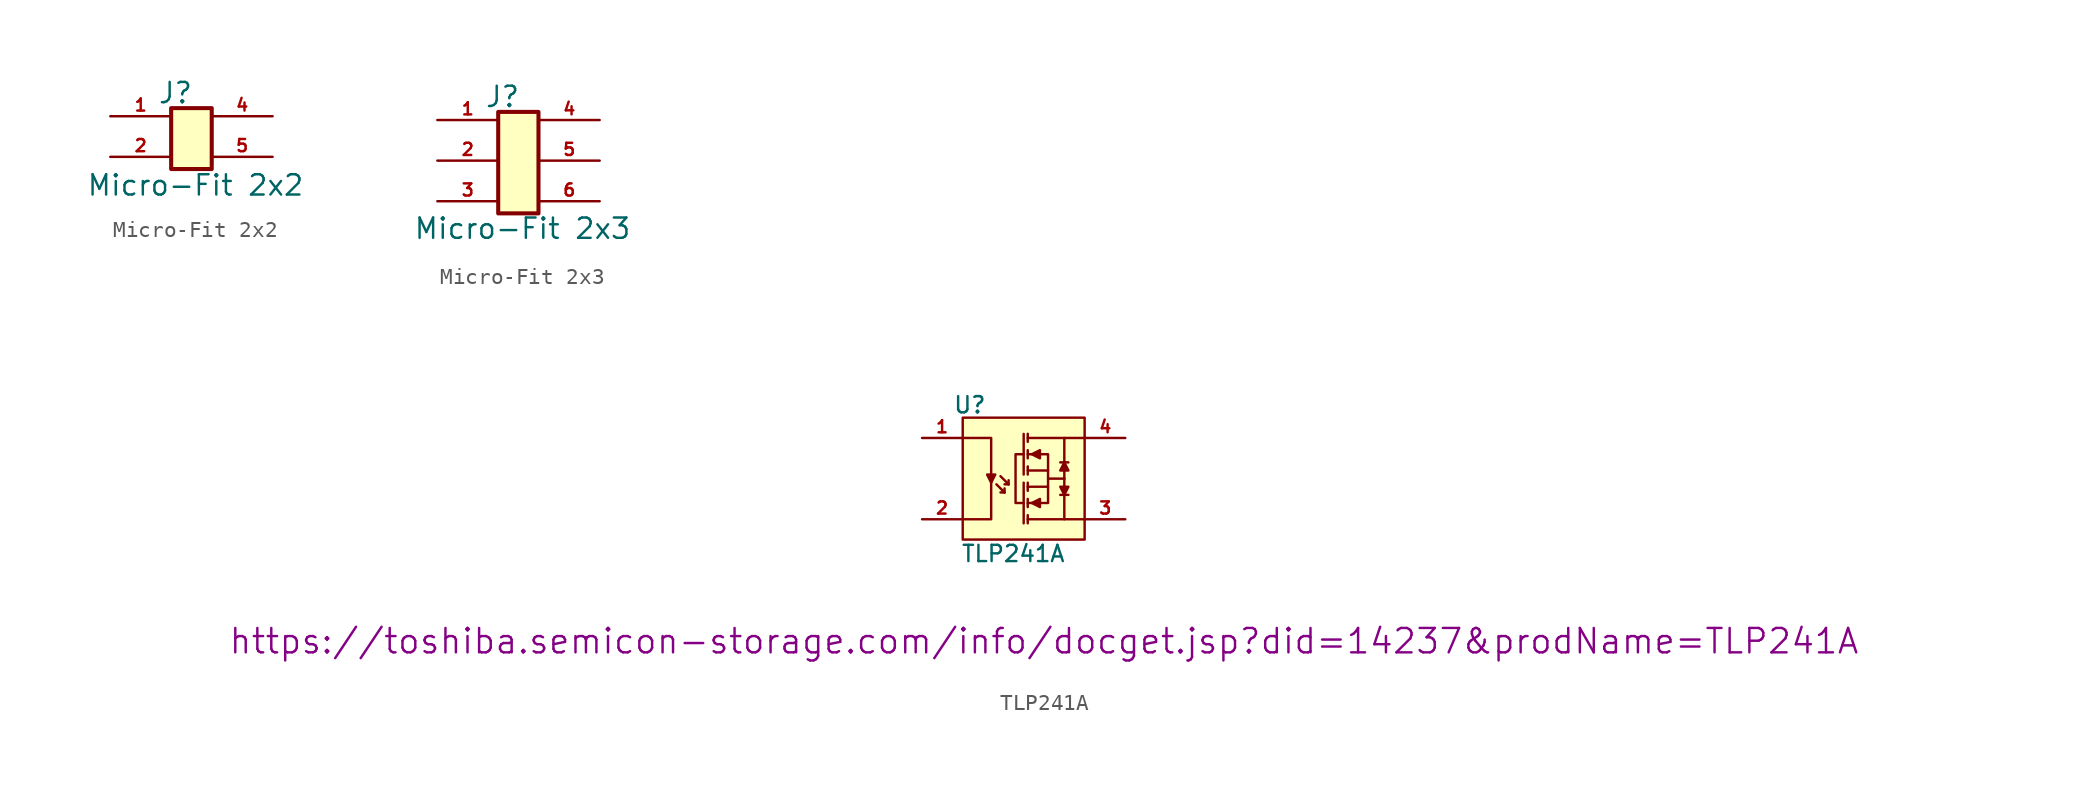
<source format=kicad_sym>
(kicad_symbol_lib
  (version 20211014)
  (generator kicad_symbol_editor)
  (symbol "Micro-Fit 2x2"
    (pin_names
      (offset 1.016) hide)
    (property "Reference" "J"
      (at -1 2.73 0)
      (effects (font (size 1.27 1.27))))
    (property "Value" "Micro-Fit 2x2"
      (at 0.254 -3.048 0)
      (effects (font (size 1.27 1.27))))
    (symbol "Micro-Fit 2x2_1_1"
      (rectangle (start -1.27 1.778) (end 1.27 -2.032) (stroke (width 0.254) (type default) (color 0 0 0 0)) (fill (type background)))
      (pin passive line (at -5.08 1.27 0) (length 3.81) (name "" (effects (font (size 1.27 1.27)))) (number "1" (effects (font (size 0.762 0.762)))))
      (pin passive line (at -5.08 -1.27 0) (length 3.81) (name "" (effects (font (size 1.27 1.27)))) (number "2" (effects (font (size 0.762 0.762)))))
      (pin passive line (at 5.08 1.27 180) (length 3.81) (name "" (effects (font (size 1.27 1.27)))) (number "4" (effects (font (size 0.762 0.762)))))
      (pin passive line (at 5.08 -1.27 180) (length 3.81) (name "" (effects (font (size 1.27 1.27)))) (number "5" (effects (font (size 0.762 0.762)))))))
  (symbol "Micro-Fit 2x3"
    (pin_names
      (offset 1.016) hide)
    (property "Reference" "J"
      (at -1 4 0)
      (effects (font (size 1.27 1.27))))
    (property "Value" "Micro-Fit 2x3"
      (at 0.25 -4.25 0)
      (effects (font (size 1.27 1.27))))
    (symbol "Micro-Fit 2x3_1_1"
      (rectangle (start -1.27 3.048) (end 1.25 -3.302) (stroke (width 0.254) (type default) (color 0 0 0 0)) (fill (type background)))
      (pin passive line (at -5.08 2.54 0) (length 3.81) (name "" (effects (font (size 1.27 1.27)))) (number "1" (effects (font (size 0.762 0.762)))))
      (pin passive line (at -5.08 0 0) (length 3.81) (name "" (effects (font (size 1.27 1.27)))) (number "2" (effects (font (size 0.762 0.762)))))
      (pin passive line (at -5.08 -2.54 0) (length 3.81) (name "" (effects (font (size 1.27 1.27)))) (number "3" (effects (font (size 0.762 0.762)))))
      (pin passive line (at 5.08 2.54 180) (length 3.81) (name "" (effects (font (size 1.27 1.27)))) (number "4" (effects (font (size 0.762 0.762)))))
      (pin passive line (at 5.08 0 180) (length 3.81) (name "" (effects (font (size 1.27 1.27)))) (number "5" (effects (font (size 0.762 0.762)))))
      (pin passive line (at 5.08 -2.54 180) (length 3.81) (name "" (effects (font (size 1.27 1.27)))) (number "6" (effects (font (size 0.762 0.762)))))))
  (symbol "TLP241A"
    (pin_names
      (offset -0.254) hide)
    (property "Reference" "U"
      (at -3.372 2.064 0)
      (effects (font (size 1.016 1.016))))
    (property "Value" "TLP241A"
      (at -0.651 -7.231 0)
      (effects (font (size 1.016 1.016))))
    (property "Datasheet" "https://toshiba.semicon-storage.com/info/docget.jsp?did=14237&prodName=TLP241A"
      (at 1.27 -12.7 0)
      (effects (font (size 1.524 1.524))))
    (symbol "TLP241A_0_1"
      (rectangle (start -3.81 1.27) (end 3.81 -6.35) (stroke (width 0) (type default) (color 0 0 0 0)) (fill (type background)))
      (polyline (pts (xy -1.704 -2.896) (xy -1.196 -3.404)) (stroke (width 0) (type default) (color 0 0 0 0)) (fill (type none)))
      (polyline (pts (xy -1.45 -2.388) (xy -0.942 -2.896)) (stroke (width 0) (type default) (color 0 0 0 0)) (fill (type none)))
      (polyline (pts (xy -1.196 -3.404) (xy -1.45 -3.404)) (stroke (width 0) (type default) (color 0 0 0 0)) (fill (type none)))
      (polyline (pts (xy -1.196 -3.404) (xy -1.196 -3.15)) (stroke (width 0) (type default) (color 0 0 0 0)) (fill (type none)))
      (polyline (pts (xy -0.942 -2.896) (xy -1.196 -2.896)) (stroke (width 0) (type default) (color 0 0 0 0)) (fill (type none)))
      (polyline (pts (xy -0.942 -2.896) (xy -0.942 -2.642)) (stroke (width 0) (type default) (color 0 0 0 0)) (fill (type none)))
      (polyline (pts (xy 0 -2.794) (xy 0 -5.334)) (stroke (width 0) (type default) (color 0 0 0 0)) (fill (type none)))
      (polyline (pts (xy 0 -2.286) (xy 0 0.254)) (stroke (width 0) (type default) (color 0 0 0 0)) (fill (type none)))
      (polyline (pts (xy 0.254 -5.08) (xy 3.81 -5.08)) (stroke (width 0) (type default) (color 0 0 0 0)) (fill (type none)))
      (polyline (pts (xy 0.254 -4.826) (xy 0.254 -5.334)) (stroke (width 0) (type default) (color 0 0 0 0)) (fill (type none)))
      (polyline (pts (xy 0.254 -4.064) (xy 0.508 -4.064)) (stroke (width 0) (type default) (color 0 0 0 0)) (fill (type none)))
      (polyline (pts (xy 0.254 -3.81) (xy 0.254 -4.318)) (stroke (width 0) (type default) (color 0 0 0 0)) (fill (type none)))
      (polyline (pts (xy 0.254 -3.048) (xy 1.524 -3.048)) (stroke (width 0) (type default) (color 0 0 0 0)) (fill (type none)))
      (polyline (pts (xy 0.254 -2.794) (xy 0.254 -3.302)) (stroke (width 0) (type default) (color 0 0 0 0)) (fill (type none)))
      (polyline (pts (xy 0.254 -2.032) (xy 1.524 -2.032)) (stroke (width 0) (type default) (color 0 0 0 0)) (fill (type none)))
      (polyline (pts (xy 0.254 -1.778) (xy 0.254 -2.286)) (stroke (width 0) (type default) (color 0 0 0 0)) (fill (type none)))
      (polyline (pts (xy 0.254 -1.016) (xy 0.508 -1.016)) (stroke (width 0) (type default) (color 0 0 0 0)) (fill (type none)))
      (polyline (pts (xy 0.254 -0.762) (xy 0.254 -1.27)) (stroke (width 0) (type default) (color 0 0 0 0)) (fill (type none)))
      (polyline (pts (xy 0.254 0) (xy 3.81 0)) (stroke (width 0) (type default) (color 0 0 0 0)) (fill (type none)))
      (polyline (pts (xy 0.254 0.262) (xy 0.254 -0.238)) (stroke (width 0) (type default) (color 0 0 0 0)) (fill (type none)))
      (polyline (pts (xy 1.524 -2.54) (xy 2.54 -2.54)) (stroke (width 0) (type default) (color 0 0 0 0)) (fill (type none)))
      (polyline (pts (xy 2.286 -3.556) (xy 2.794 -3.556)) (stroke (width 0) (type default) (color 0 0 0 0)) (fill (type none)))
      (polyline (pts (xy 2.286 -1.524) (xy 2.794 -1.524)) (stroke (width 0) (type default) (color 0 0 0 0)) (fill (type none)))
      (polyline (pts (xy 2.54 -2.54) (xy 2.54 -5.08)) (stroke (width 0) (type default) (color 0 0 0 0)) (fill (type none)))
      (polyline (pts (xy 2.54 -2.54) (xy 2.54 0)) (stroke (width 0) (type default) (color 0 0 0 0)) (fill (type none)))
      (polyline (pts (xy -3.81 -5.08) (xy -2.032 -5.08) (xy -2.032 0) (xy -3.81 0)) (stroke (width 0) (type default) (color 0 0 0 0)) (fill (type none)))
      (polyline (pts (xy -2.032 -2.794) (xy -2.286 -2.286) (xy -1.778 -2.286) (xy -2.032 -2.794)) (stroke (width 0) (type default) (color 0 0 0 0)) (fill (type outline)))
      (polyline (pts (xy 0 -4.064) (xy -0.508 -4.064) (xy -0.508 -1.016) (xy 0 -1.016)) (stroke (width 0) (type default) (color 0 0 0 0)) (fill (type none)))
      (polyline (pts (xy 0.508 -4.064) (xy 1.016 -3.81) (xy 1.016 -4.318) (xy 0.508 -4.064)) (stroke (width 0) (type default) (color 0 0 0 0)) (fill (type outline)))
      (polyline (pts (xy 0.508 -1.016) (xy 1.016 -0.762) (xy 1.016 -1.27) (xy 0.508 -1.016)) (stroke (width 0) (type default) (color 0 0 0 0)) (fill (type outline)))
      (polyline (pts (xy 1.016 -4.064) (xy 1.524 -4.064) (xy 1.524 -1.016) (xy 1.016 -1.016)) (stroke (width 0) (type default) (color 0 0 0 0)) (fill (type none)))
      (polyline (pts (xy 2.54 -3.556) (xy 2.286 -3.048) (xy 2.794 -3.048) (xy 2.54 -3.556)) (stroke (width 0) (type default) (color 0 0 0 0)) (fill (type outline)))
      (polyline (pts (xy 2.54 -1.524) (xy 2.286 -2.032) (xy 2.794 -2.032) (xy 2.54 -1.524)) (stroke (width 0) (type default) (color 0 0 0 0)) (fill (type outline))))
    (symbol "TLP241A_1_1"
      (pin passive line (at -6.35 0 0) (length 2.5) (name "" (effects (font (size 1.27 1.27)))) (number "1" (effects (font (size 0.762 0.762)))))
      (pin passive line (at -6.35 -5.08 0) (length 2.5) (name "" (effects (font (size 1.27 1.27)))) (number "2" (effects (font (size 0.762 0.762)))))
      (pin input line (at 6.35 -5.08 180) (length 2.5) (name "" (effects (font (size 1.27 1.27)))) (number "3" (effects (font (size 0.762 0.762)))))
      (pin passive line (at 6.35 0 180) (length 2.5) (name "" (effects (font (size 1.27 1.27)))) (number "4" (effects (font (size 0.762 0.762))))))))
</source>
